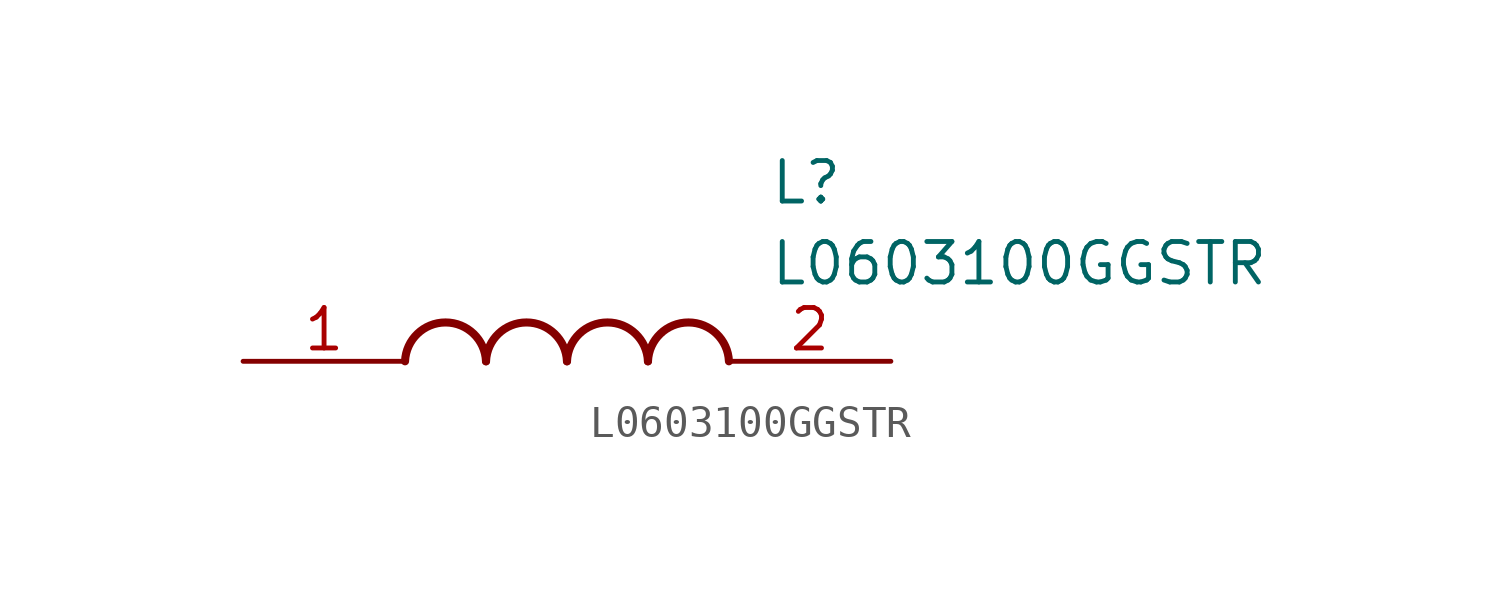
<source format=kicad_sym>
(kicad_symbol_lib
  (version 20211014)
  (generator SamacSys_ECAD_Model)
  (symbol "L0603100GGSTR"
    (pin_names hide)
    (property "Reference" "L"
      (at 16.51 6.35 0)
      (effects (font (size 1.27 1.27)) (justify left top)))
    (property "Value" "L0603100GGSTR"
      (at 16.51 3.81 0)
      (effects (font (size 1.27 1.27)) (justify left top)))
    (arc
      (start 7.62 0)
      (mid 6.35 1.219)
      (end 5.08 0)
      (stroke (width 0.254) (type default))
      (fill (type none)))
    (arc
      (start 10.16 0)
      (mid 8.89 1.219)
      (end 7.62 0)
      (stroke (width 0.254) (type default))
      (fill (type none)))
    (arc
      (start 12.7 0)
      (mid 11.43 1.219)
      (end 10.16 0)
      (stroke (width 0.254) (type default))
      (fill (type none)))
    (arc
      (start 15.24 0)
      (mid 13.97 1.219)
      (end 12.7 0)
      (stroke (width 0.254) (type default))
      (fill (type none)))
    (pin passive line
      (at 0 0 0)
      (length 5.08)
      (name "1" (effects (font (size 1.27 1.27))))
      (number "1" (effects (font (size 1.27 1.27)))))
    (pin passive line
      (at 20.32 0 180)
      (length 5.08)
      (name "2" (effects (font (size 1.27 1.27))))
      (number "2" (effects (font (size 1.27 1.27)))))))
</source>
